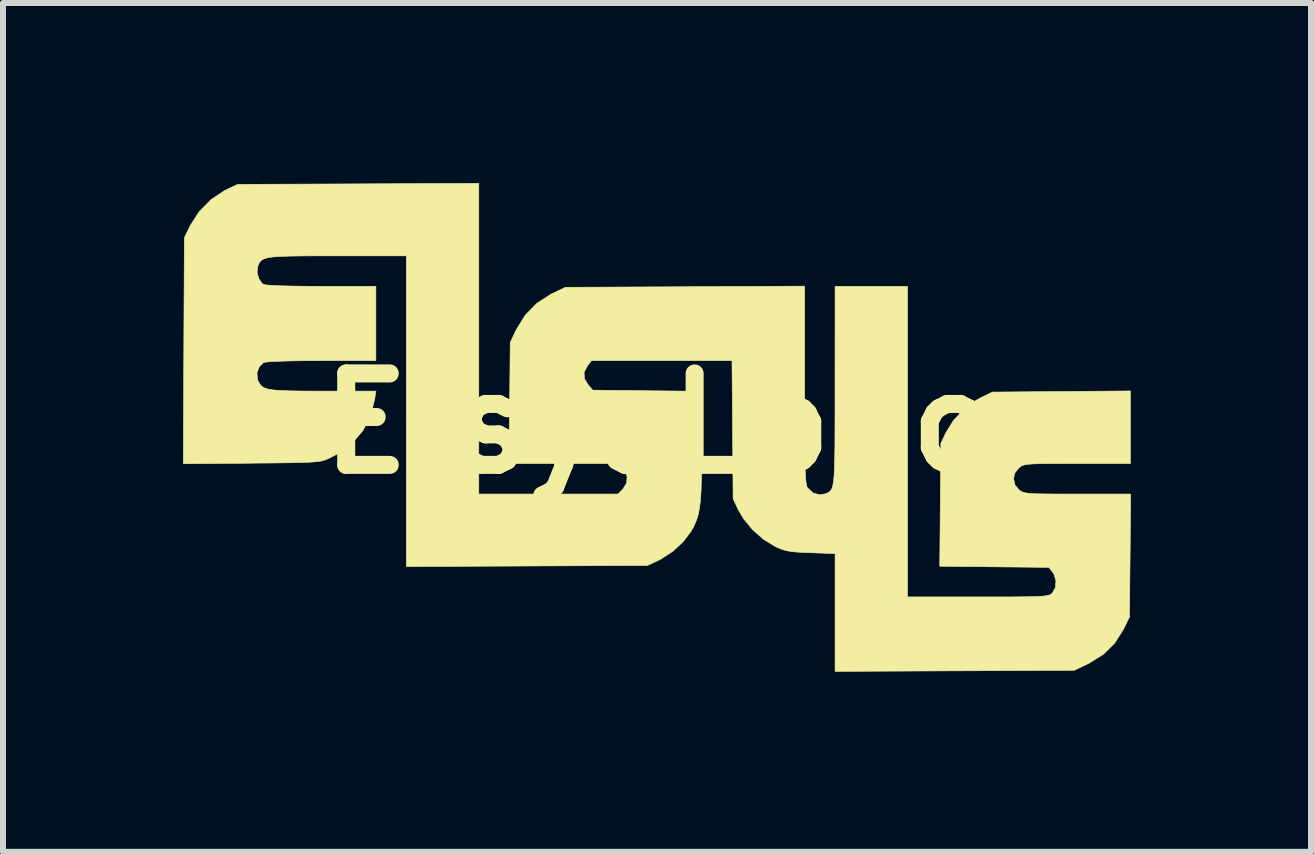
<source format=kicad_pcb>
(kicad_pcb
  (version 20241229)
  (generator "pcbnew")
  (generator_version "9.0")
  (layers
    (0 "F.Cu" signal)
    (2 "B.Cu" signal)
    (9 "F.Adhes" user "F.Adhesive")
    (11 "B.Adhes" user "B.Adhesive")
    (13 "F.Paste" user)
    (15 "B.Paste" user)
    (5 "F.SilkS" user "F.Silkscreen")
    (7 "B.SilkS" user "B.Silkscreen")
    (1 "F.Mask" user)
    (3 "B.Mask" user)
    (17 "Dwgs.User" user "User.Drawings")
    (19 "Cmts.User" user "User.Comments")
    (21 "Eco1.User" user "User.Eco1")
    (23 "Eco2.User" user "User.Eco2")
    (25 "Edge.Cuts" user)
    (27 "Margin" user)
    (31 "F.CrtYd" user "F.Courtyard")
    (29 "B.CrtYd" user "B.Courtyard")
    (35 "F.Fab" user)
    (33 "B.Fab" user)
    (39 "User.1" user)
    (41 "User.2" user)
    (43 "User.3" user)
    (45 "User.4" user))
  (footprint "ElsysLogo"
    (layer "F.Cu")
    (at 7.944 4.007)
    (property "Reference" "ElsysLogo" (at 0 0 0) (layer "F.SilkS") (effects (font (size 1.524 1.524) (thickness 0.3))))
    (attr through_hole)
    (fp_poly (pts (xy -3.016 1.175) (xy -0.696 1.175) (xy -0.618 1.097) (xy -0.552 0.992) (xy -0.545 0.878) (xy -0.596 0.769) (xy -0.618 0.745) (xy -0.696 0.667) (xy -2.512 0.667) (xy -2.502 -0.341) (xy -2.492 -1.349) (xy -2.392 -1.562) (xy -2.243 -1.804) (xy -2.048 -2.004) (xy -1.81 -2.157) (xy -1.784 -2.169) (xy -1.572 -2.27) (xy 0.421 -2.279) (xy 2.413 -2.289) (xy 2.413 -0.643) (xy 2.413 -0.274) (xy 2.414 0.038) (xy 2.415 0.296) (xy 2.417 0.506) (xy 2.42 0.674) (xy 2.424 0.804) (xy 2.429 0.902) (xy 2.436 0.973) (xy 2.444 1.022) (xy 2.453 1.055) (xy 2.464 1.074) (xy 2.555 1.158) (xy 2.667 1.188) (xy 2.752 1.173) (xy 2.788 1.159) (xy 2.818 1.144) (xy 2.844 1.123) (xy 2.865 1.091) (xy 2.881 1.042) (xy 2.894 0.971) (xy 2.904 0.874) (xy 2.91 0.745) (xy 2.915 0.579) (xy 2.918 0.371) (xy 2.919 0.116) (xy 2.92 -0.192) (xy 2.92 -0.557) (xy 2.92 -0.627) (xy 2.921 -2.286) (xy 4.128 -2.286) (xy 4.128 2.889) (xy 5.302 2.889) (xy 5.607 2.889) (xy 5.854 2.889) (xy 6.05 2.887) (xy 6.202 2.885) (xy 6.316 2.881) (xy 6.399 2.875) (xy 6.456 2.867) (xy 6.494 2.857) (xy 6.519 2.844) (xy 6.538 2.828) (xy 6.54 2.826) (xy 6.592 2.734) (xy 6.601 2.62) (xy 6.568 2.509) (xy 6.543 2.472) (xy 6.483 2.397) (xy 4.665 2.378) (xy 4.683 0.333) (xy 4.768 0.151) (xy 4.894 -0.051) (xy 5.066 -0.236) (xy 5.267 -0.385) (xy 5.35 -0.431) (xy 5.54 -0.524) (xy 6.691 -0.533) (xy 7.842 -0.543) (xy 7.842 0.667) (xy 6.955 0.667) (xy 6.695 0.667) (xy 6.49 0.668) (xy 6.334 0.669) (xy 6.219 0.673) (xy 6.136 0.679) (xy 6.079 0.688) (xy 6.04 0.7) (xy 6.011 0.717) (xy 5.985 0.738) (xy 5.981 0.741) (xy 5.912 0.829) (xy 5.895 0.921) (xy 5.918 1.025) (xy 5.981 1.1) (xy 6.008 1.122) (xy 6.036 1.139) (xy 6.074 1.152) (xy 6.128 1.161) (xy 6.206 1.168) (xy 6.317 1.172) (xy 6.467 1.174) (xy 6.665 1.175) (xy 6.917 1.175) (xy 6.957 1.175) (xy 7.846 1.175) (xy 7.836 2.199) (xy 7.826 3.224) (xy 7.723 3.434) (xy 7.579 3.66) (xy 7.389 3.847) (xy 7.147 3.997) (xy 7.118 4.011) (xy 6.906 4.112) (xy 4.913 4.121) (xy 2.921 4.13) (xy 2.921 2.167) (xy 2.516 2.153) (xy 2.342 2.146) (xy 2.215 2.136) (xy 2.119 2.121) (xy 2.038 2.098) (xy 1.956 2.064) (xy 1.921 2.048) (xy 1.728 1.929) (xy 1.547 1.769) (xy 1.395 1.585) (xy 1.308 1.437) (xy 1.222 1.254) (xy 1.213 0.103) (xy 1.203 -1.048) (xy -1.138 -1.048) (xy -1.204 -0.964) (xy -1.261 -0.854) (xy -1.256 -0.747) (xy -1.193 -0.645) (xy -1.117 -0.556) (xy -0.209 -0.546) (xy 0.699 -0.537) (xy 0.699 0.376) (xy 0.698 0.681) (xy 0.694 0.931) (xy 0.687 1.133) (xy 0.675 1.297) (xy 0.658 1.429) (xy 0.635 1.538) (xy 0.603 1.632) (xy 0.563 1.72) (xy 0.522 1.794) (xy 0.392 1.967) (xy 0.22 2.127) (xy 0.025 2.255) (xy -0.026 2.281) (xy -0.206 2.365) (xy -4.223 2.383) (xy -4.223 -0.206) (xy -4.223 -2.794) (xy -5.375 -2.794) (xy -5.69 -2.794) (xy -5.948 -2.793) (xy -6.155 -2.79) (xy -6.317 -2.785) (xy -6.44 -2.776) (xy -6.53 -2.763) (xy -6.594 -2.746) (xy -6.636 -2.722) (xy -6.665 -2.692) (xy -6.685 -2.654) (xy -6.7 -2.617) (xy -6.71 -2.522) (xy -6.684 -2.419) (xy -6.631 -2.338) (xy -6.603 -2.317) (xy -6.555 -2.308) (xy -6.45 -2.301) (xy -6.296 -2.294) (xy -6.099 -2.29) (xy -5.867 -2.287) (xy -5.638 -2.286) (xy -4.731 -2.286) (xy -4.731 -1.048) (xy -5.638 -1.048) (xy -5.888 -1.047) (xy -6.113 -1.044) (xy -6.304 -1.039) (xy -6.454 -1.033) (xy -6.556 -1.025) (xy -6.602 -1.017) (xy -6.675 -0.946) (xy -6.712 -0.843) (xy -6.704 -0.735) (xy -6.694 -0.71) (xy -6.669 -0.663) (xy -6.638 -0.625) (xy -6.595 -0.596) (xy -6.533 -0.575) (xy -6.444 -0.56) (xy -6.322 -0.55) (xy -6.158 -0.544) (xy -5.948 -0.541) (xy -5.682 -0.54) (xy -5.611 -0.54) (xy -4.73 -0.54) (xy -4.751 -0.405) (xy -4.822 -0.126) (xy -4.947 0.117) (xy -5.124 0.325) (xy -5.352 0.496) (xy -5.509 0.578) (xy -5.552 0.597) (xy -5.596 0.613) (xy -5.646 0.625) (xy -5.71 0.635) (xy -5.795 0.642) (xy -5.908 0.648) (xy -6.056 0.652) (xy -6.245 0.655) (xy -6.484 0.658) (xy -6.779 0.66) (xy -6.803 0.661) (xy -7.939 0.67) (xy -7.931 -1.213) (xy -7.922 -3.097) (xy -7.819 -3.306) (xy -7.674 -3.532) (xy -7.482 -3.727) (xy -7.258 -3.878) (xy -7.214 -3.9) (xy -7.033 -3.985) (xy -5.024 -3.993) (xy -3.016 -4.002) (xy -3.016 1.175)) (stroke (width 0.01) (type solid)) (fill yes) (layer "F.SilkS")))
  (gr_rect
    (start -3 -3)
    (end 18.795 11.143)
    (stroke (width 0.1) (type default))
    (fill no)
    (layer "Edge.Cuts")))
</source>
